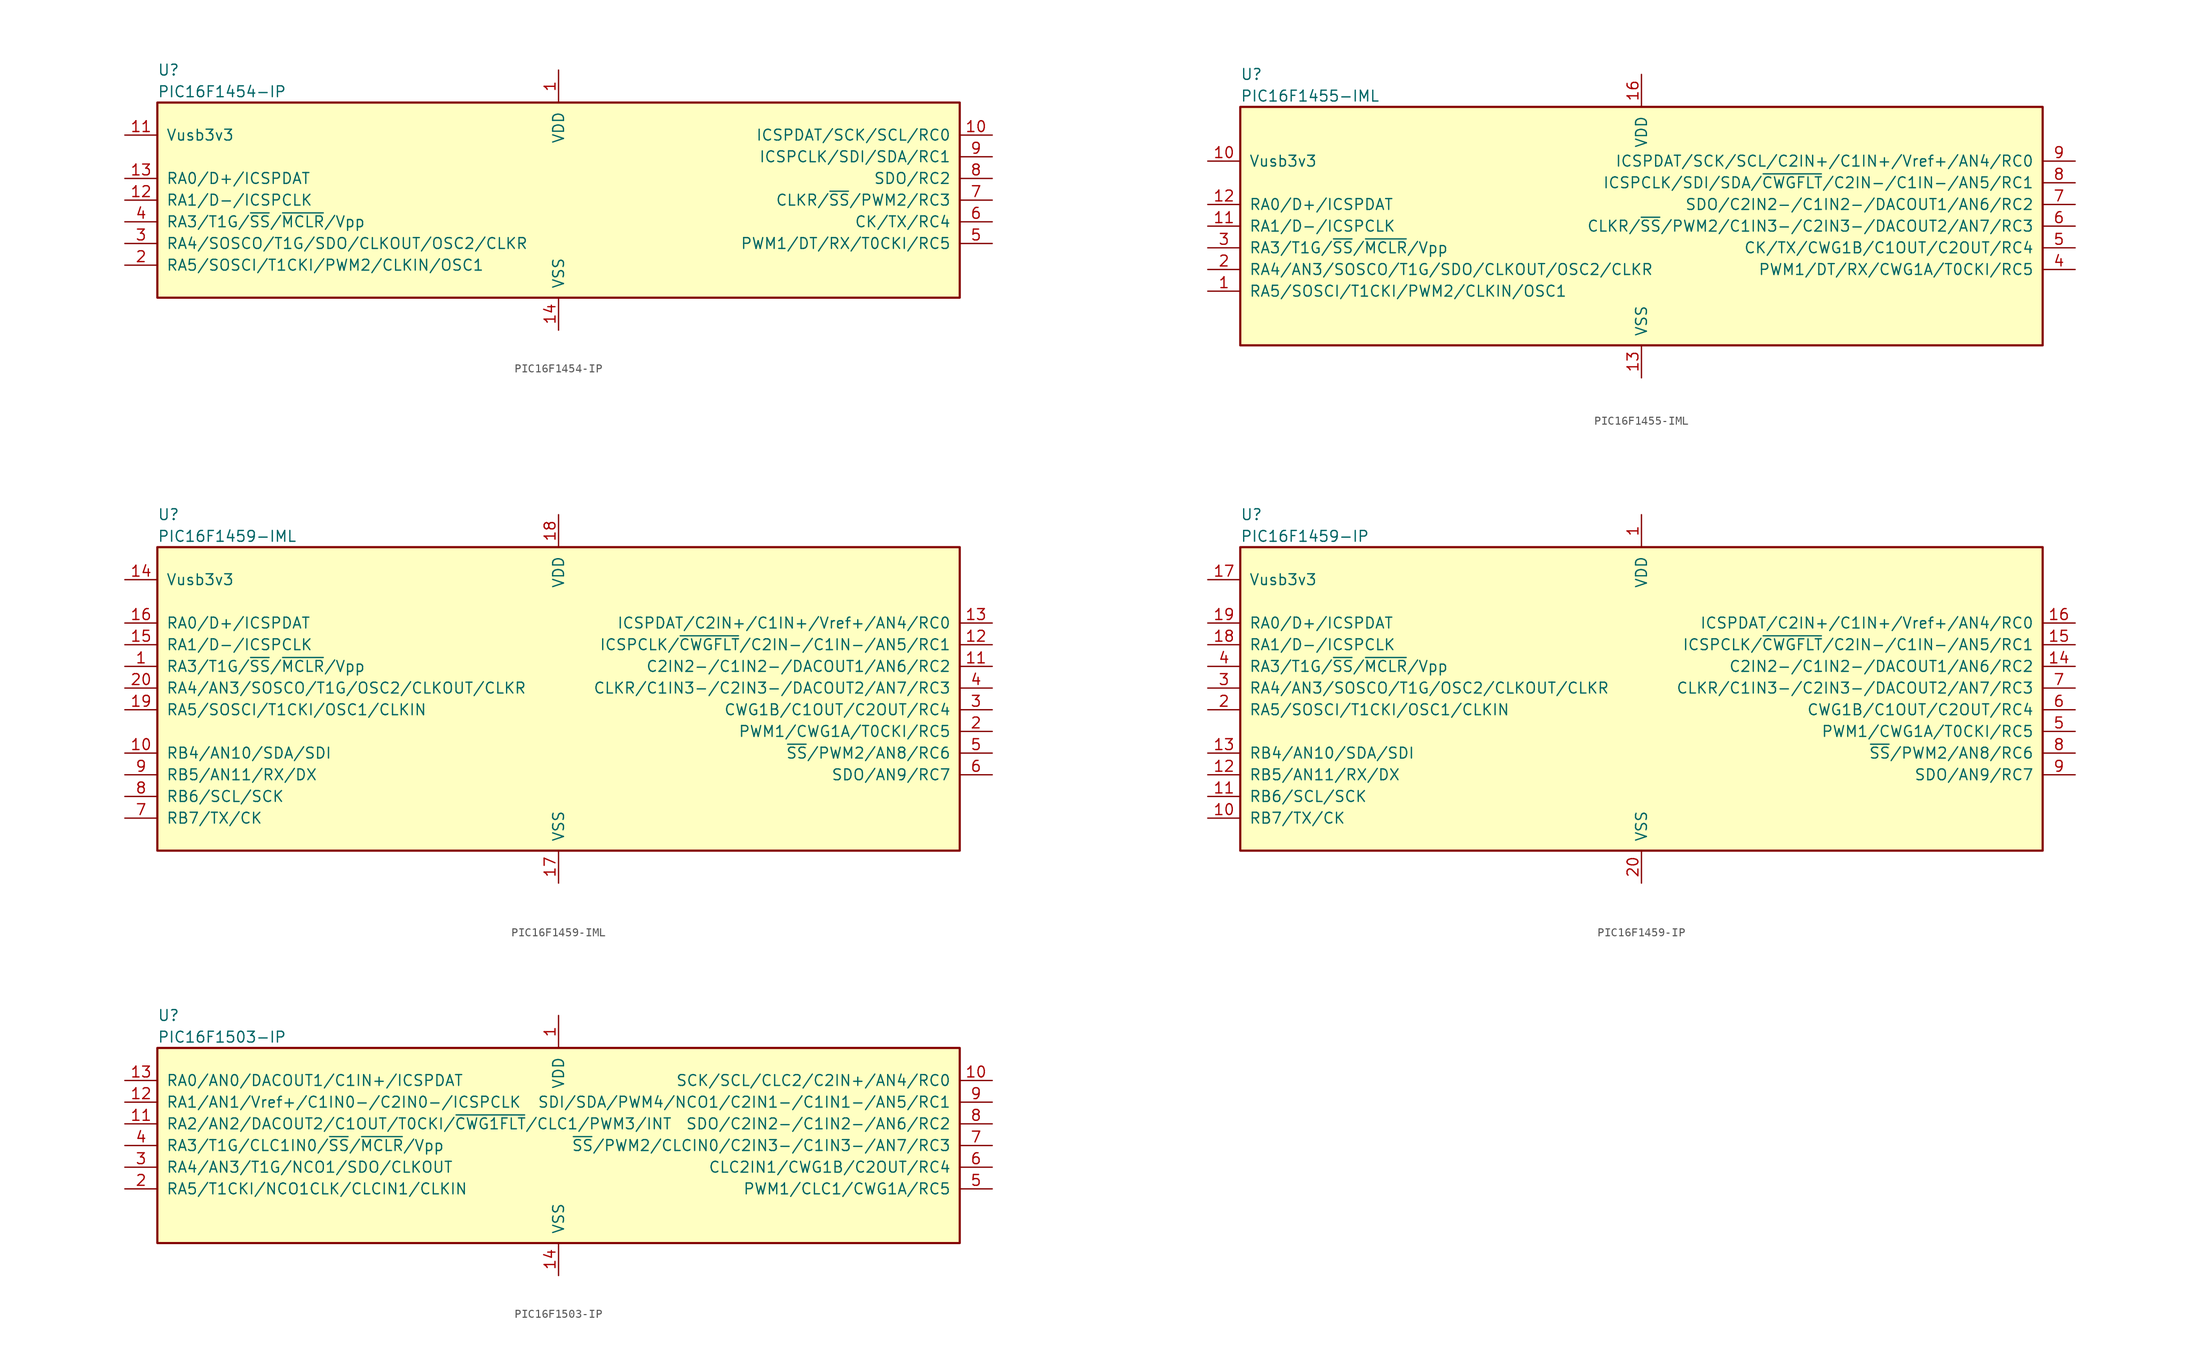
<source format=kicad_sym>
(kicad_symbol_lib
  (version 20220914)
  (generator kicad_symbol_editor)
  (symbol "PIC16F1454-IP"
    (pin_names
      (offset 1.016))
    (property "Reference" "U"
      (at -46.99 15.24 0)
      (effects (font (size 1.27 1.27)) (justify left)))
    (property "Value" "PIC16F1454-IP"
      (at -46.99 12.7 0)
      (effects (font (size 1.27 1.27)) (justify left)))
    (symbol "PIC16F1454-IP_0_1"
      (rectangle (start -46.99 11.43) (end 46.99 -11.43) (stroke (width 0.254) (type default)) (fill (type background))))
    (symbol "PIC16F1454-IP_1_1"
      (pin power_in line (at 0 15.24 270) (length 3.81) (name "VDD" (effects (font (size 1.27 1.27)))) (number "1" (effects (font (size 1.27 1.27)))))
      (pin bidirectional line (at 50.8 7.62 180) (length 3.81) (name "ICSPDAT/SCK/SCL/RC0" (effects (font (size 1.27 1.27)))) (number "10" (effects (font (size 1.27 1.27)))))
      (pin bidirectional line (at -50.8 7.62 0) (length 3.81) (name "Vusb3v3" (effects (font (size 1.27 1.27)))) (number "11" (effects (font (size 1.27 1.27)))))
      (pin bidirectional line (at -50.8 0 0) (length 3.81) (name "RA1/D-/ICSPCLK" (effects (font (size 1.27 1.27)))) (number "12" (effects (font (size 1.27 1.27)))))
      (pin bidirectional line (at -50.8 2.54 0) (length 3.81) (name "RA0/D+/ICSPDAT" (effects (font (size 1.27 1.27)))) (number "13" (effects (font (size 1.27 1.27)))))
      (pin power_in line (at 0 -15.24 90) (length 3.81) (name "VSS" (effects (font (size 1.27 1.27)))) (number "14" (effects (font (size 1.27 1.27)))))
      (pin bidirectional line (at -50.8 -7.62 0) (length 3.81) (name "RA5/SOSCI/T1CKI/PWM2/CLKIN/OSC1" (effects (font (size 1.27 1.27)))) (number "2" (effects (font (size 1.27 1.27)))))
      (pin bidirectional line (at -50.8 -5.08 0) (length 3.81) (name "RA4/SOSCO/T1G/SDO/CLKOUT/OSC2/CLKR" (effects (font (size 1.27 1.27)))) (number "3" (effects (font (size 1.27 1.27)))))
      (pin input line (at -50.8 -2.54 0) (length 3.81) (name "RA3/T1G/~{SS}/~{MCLR}/Vpp" (effects (font (size 1.27 1.27)))) (number "4" (effects (font (size 1.27 1.27)))))
      (pin bidirectional line (at 50.8 -5.08 180) (length 3.81) (name "PWM1/DT/RX/T0CKI/RC5" (effects (font (size 1.27 1.27)))) (number "5" (effects (font (size 1.27 1.27)))))
      (pin bidirectional line (at 50.8 -2.54 180) (length 3.81) (name "CK/TX/RC4" (effects (font (size 1.27 1.27)))) (number "6" (effects (font (size 1.27 1.27)))))
      (pin bidirectional line (at 50.8 0 180) (length 3.81) (name "CLKR/~{SS}/PWM2/RC3" (effects (font (size 1.27 1.27)))) (number "7" (effects (font (size 1.27 1.27)))))
      (pin bidirectional line (at 50.8 2.54 180) (length 3.81) (name "SDO/RC2" (effects (font (size 1.27 1.27)))) (number "8" (effects (font (size 1.27 1.27)))))
      (pin bidirectional line (at 50.8 5.08 180) (length 3.81) (name "ICSPCLK/SDI/SDA/RC1" (effects (font (size 1.27 1.27)))) (number "9" (effects (font (size 1.27 1.27)))))))
  (symbol "PIC16F1455-IML"
    (pin_names
      (offset 1.016))
    (property "Reference" "U"
      (at -46.99 17.78 0)
      (effects (font (size 1.27 1.27)) (justify left)))
    (property "Value" "PIC16F1455-IML"
      (at -46.99 15.24 0)
      (effects (font (size 1.27 1.27)) (justify left)))
    (symbol "PIC16F1455-IML_0_1"
      (rectangle (start -46.99 13.97) (end 46.99 -13.97) (stroke (width 0.254) (type default)) (fill (type background))))
    (symbol "PIC16F1455-IML_1_1"
      (pin bidirectional line (at -50.8 -7.62 0) (length 3.81) (name "RA5/SOSCI/T1CKI/PWM2/CLKIN/OSC1" (effects (font (size 1.27 1.27)))) (number "1" (effects (font (size 1.27 1.27)))))
      (pin bidirectional line (at -50.8 7.62 0) (length 3.81) (name "Vusb3v3" (effects (font (size 1.27 1.27)))) (number "10" (effects (font (size 1.27 1.27)))))
      (pin bidirectional line (at -50.8 0 0) (length 3.81) (name "RA1/D-/ICSPCLK" (effects (font (size 1.27 1.27)))) (number "11" (effects (font (size 1.27 1.27)))))
      (pin bidirectional line (at -50.8 2.54 0) (length 3.81) (name "RA0/D+/ICSPDAT" (effects (font (size 1.27 1.27)))) (number "12" (effects (font (size 1.27 1.27)))))
      (pin power_in line (at 0 -17.78 90) (length 3.81) (name "VSS" (effects (font (size 1.27 1.27)))) (number "13" (effects (font (size 1.27 1.27)))))
      (pin power_in line (at 0 17.78 270) (length 3.81) (name "VDD" (effects (font (size 1.27 1.27)))) (number "16" (effects (font (size 1.27 1.27)))))
      (pin bidirectional line (at -50.8 -5.08 0) (length 3.81) (name "RA4/AN3/SOSCO/T1G/SDO/CLKOUT/OSC2/CLKR" (effects (font (size 1.27 1.27)))) (number "2" (effects (font (size 1.27 1.27)))))
      (pin input line (at -50.8 -2.54 0) (length 3.81) (name "RA3/T1G/~{SS}/~{MCLR}/Vpp" (effects (font (size 1.27 1.27)))) (number "3" (effects (font (size 1.27 1.27)))))
      (pin bidirectional line (at 50.8 -5.08 180) (length 3.81) (name "PWM1/DT/RX/CWG1A/T0CKI/RC5" (effects (font (size 1.27 1.27)))) (number "4" (effects (font (size 1.27 1.27)))))
      (pin bidirectional line (at 50.8 -2.54 180) (length 3.81) (name "CK/TX/CWG1B/C1OUT/C2OUT/RC4" (effects (font (size 1.27 1.27)))) (number "5" (effects (font (size 1.27 1.27)))))
      (pin bidirectional line (at 50.8 0 180) (length 3.81) (name "CLKR/~{SS}/PWM2/C1IN3-/C2IN3-/DACOUT2/AN7/RC3" (effects (font (size 1.27 1.27)))) (number "6" (effects (font (size 1.27 1.27)))))
      (pin bidirectional line (at 50.8 2.54 180) (length 3.81) (name "SDO/C2IN2-/C1IN2-/DACOUT1/AN6/RC2" (effects (font (size 1.27 1.27)))) (number "7" (effects (font (size 1.27 1.27)))))
      (pin bidirectional line (at 50.8 5.08 180) (length 3.81) (name "ICSPCLK/SDI/SDA/~{CWGFLT}/C2IN-/C1IN-/AN5/RC1" (effects (font (size 1.27 1.27)))) (number "8" (effects (font (size 1.27 1.27)))))
      (pin bidirectional line (at 50.8 7.62 180) (length 3.81) (name "ICSPDAT/SCK/SCL/C2IN+/C1IN+/Vref+/AN4/RC0" (effects (font (size 1.27 1.27)))) (number "9" (effects (font (size 1.27 1.27)))))))
  (symbol "PIC16F1459-IML"
    (pin_names
      (offset 1.016))
    (property "Reference" "U"
      (at -46.99 17.78 0)
      (effects (font (size 1.27 1.27)) (justify left)))
    (property "Value" "PIC16F1459-IML"
      (at -46.99 15.24 0)
      (effects (font (size 1.27 1.27)) (justify left)))
    (symbol "PIC16F1459-IML_0_1"
      (rectangle (start -46.99 13.97) (end 46.99 -21.59) (stroke (width 0.254) (type default)) (fill (type background))))
    (symbol "PIC16F1459-IML_1_1"
      (pin input line (at -50.8 0 0) (length 3.81) (name "RA3/T1G/~{SS}/~{MCLR}/Vpp" (effects (font (size 1.27 1.27)))) (number "1" (effects (font (size 1.27 1.27)))))
      (pin bidirectional line (at -50.8 -10.16 0) (length 3.81) (name "RB4/AN10/SDA/SDI" (effects (font (size 1.27 1.27)))) (number "10" (effects (font (size 1.27 1.27)))))
      (pin bidirectional line (at 50.8 0 180) (length 3.81) (name "C2IN2-/C1IN2-/DACOUT1/AN6/RC2" (effects (font (size 1.27 1.27)))) (number "11" (effects (font (size 1.27 1.27)))))
      (pin bidirectional line (at 50.8 2.54 180) (length 3.81) (name "ICSPCLK/~{CWGFLT}/C2IN-/C1IN-/AN5/RC1" (effects (font (size 1.27 1.27)))) (number "12" (effects (font (size 1.27 1.27)))))
      (pin bidirectional line (at 50.8 5.08 180) (length 3.81) (name "ICSPDAT/C2IN+/C1IN+/Vref+/AN4/RC0" (effects (font (size 1.27 1.27)))) (number "13" (effects (font (size 1.27 1.27)))))
      (pin bidirectional line (at -50.8 10.16 0) (length 3.81) (name "Vusb3v3" (effects (font (size 1.27 1.27)))) (number "14" (effects (font (size 1.27 1.27)))))
      (pin bidirectional line (at -50.8 2.54 0) (length 3.81) (name "RA1/D-/ICSPCLK" (effects (font (size 1.27 1.27)))) (number "15" (effects (font (size 1.27 1.27)))))
      (pin bidirectional line (at -50.8 5.08 0) (length 3.81) (name "RA0/D+/ICSPDAT" (effects (font (size 1.27 1.27)))) (number "16" (effects (font (size 1.27 1.27)))))
      (pin power_in line (at 0 -25.4 90) (length 3.81) (name "VSS" (effects (font (size 1.27 1.27)))) (number "17" (effects (font (size 1.27 1.27)))))
      (pin power_in line (at 0 17.78 270) (length 3.81) (name "VDD" (effects (font (size 1.27 1.27)))) (number "18" (effects (font (size 1.27 1.27)))))
      (pin bidirectional line (at -50.8 -5.08 0) (length 3.81) (name "RA5/SOSCI/T1CKI/OSC1/CLKIN" (effects (font (size 1.27 1.27)))) (number "19" (effects (font (size 1.27 1.27)))))
      (pin bidirectional line (at 50.8 -7.62 180) (length 3.81) (name "PWM1/CWG1A/T0CKI/RC5" (effects (font (size 1.27 1.27)))) (number "2" (effects (font (size 1.27 1.27)))))
      (pin bidirectional line (at -50.8 -2.54 0) (length 3.81) (name "RA4/AN3/SOSCO/T1G/OSC2/CLKOUT/CLKR" (effects (font (size 1.27 1.27)))) (number "20" (effects (font (size 1.27 1.27)))))
      (pin bidirectional line (at 50.8 -5.08 180) (length 3.81) (name "CWG1B/C1OUT/C2OUT/RC4" (effects (font (size 1.27 1.27)))) (number "3" (effects (font (size 1.27 1.27)))))
      (pin bidirectional line (at 50.8 -2.54 180) (length 3.81) (name "CLKR/C1IN3-/C2IN3-/DACOUT2/AN7/RC3" (effects (font (size 1.27 1.27)))) (number "4" (effects (font (size 1.27 1.27)))))
      (pin bidirectional line (at 50.8 -10.16 180) (length 3.81) (name "~{SS}/PWM2/AN8/RC6" (effects (font (size 1.27 1.27)))) (number "5" (effects (font (size 1.27 1.27)))))
      (pin bidirectional line (at 50.8 -12.7 180) (length 3.81) (name "SDO/AN9/RC7" (effects (font (size 1.27 1.27)))) (number "6" (effects (font (size 1.27 1.27)))))
      (pin bidirectional line (at -50.8 -17.78 0) (length 3.81) (name "RB7/TX/CK" (effects (font (size 1.27 1.27)))) (number "7" (effects (font (size 1.27 1.27)))))
      (pin bidirectional line (at -50.8 -15.24 0) (length 3.81) (name "RB6/SCL/SCK" (effects (font (size 1.27 1.27)))) (number "8" (effects (font (size 1.27 1.27)))))
      (pin bidirectional line (at -50.8 -12.7 0) (length 3.81) (name "RB5/AN11/RX/DX" (effects (font (size 1.27 1.27)))) (number "9" (effects (font (size 1.27 1.27)))))))
  (symbol "PIC16F1459-IP"
    (pin_names
      (offset 1.016))
    (property "Reference" "U"
      (at -46.99 17.78 0)
      (effects (font (size 1.27 1.27)) (justify left)))
    (property "Value" "PIC16F1459-IP"
      (at -46.99 15.24 0)
      (effects (font (size 1.27 1.27)) (justify left)))
    (symbol "PIC16F1459-IP_0_1"
      (rectangle (start -46.99 13.97) (end 46.99 -21.59) (stroke (width 0.254) (type default)) (fill (type background))))
    (symbol "PIC16F1459-IP_1_1"
      (pin power_in line (at 0 17.78 270) (length 3.81) (name "VDD" (effects (font (size 1.27 1.27)))) (number "1" (effects (font (size 1.27 1.27)))))
      (pin bidirectional line (at -50.8 -17.78 0) (length 3.81) (name "RB7/TX/CK" (effects (font (size 1.27 1.27)))) (number "10" (effects (font (size 1.27 1.27)))))
      (pin bidirectional line (at -50.8 -15.24 0) (length 3.81) (name "RB6/SCL/SCK" (effects (font (size 1.27 1.27)))) (number "11" (effects (font (size 1.27 1.27)))))
      (pin bidirectional line (at -50.8 -12.7 0) (length 3.81) (name "RB5/AN11/RX/DX" (effects (font (size 1.27 1.27)))) (number "12" (effects (font (size 1.27 1.27)))))
      (pin bidirectional line (at -50.8 -10.16 0) (length 3.81) (name "RB4/AN10/SDA/SDI" (effects (font (size 1.27 1.27)))) (number "13" (effects (font (size 1.27 1.27)))))
      (pin bidirectional line (at 50.8 0 180) (length 3.81) (name "C2IN2-/C1IN2-/DACOUT1/AN6/RC2" (effects (font (size 1.27 1.27)))) (number "14" (effects (font (size 1.27 1.27)))))
      (pin bidirectional line (at 50.8 2.54 180) (length 3.81) (name "ICSPCLK/~{CWGFLT}/C2IN-/C1IN-/AN5/RC1" (effects (font (size 1.27 1.27)))) (number "15" (effects (font (size 1.27 1.27)))))
      (pin bidirectional line (at 50.8 5.08 180) (length 3.81) (name "ICSPDAT/C2IN+/C1IN+/Vref+/AN4/RC0" (effects (font (size 1.27 1.27)))) (number "16" (effects (font (size 1.27 1.27)))))
      (pin bidirectional line (at -50.8 10.16 0) (length 3.81) (name "Vusb3v3" (effects (font (size 1.27 1.27)))) (number "17" (effects (font (size 1.27 1.27)))))
      (pin bidirectional line (at -50.8 2.54 0) (length 3.81) (name "RA1/D-/ICSPCLK" (effects (font (size 1.27 1.27)))) (number "18" (effects (font (size 1.27 1.27)))))
      (pin bidirectional line (at -50.8 5.08 0) (length 3.81) (name "RA0/D+/ICSPDAT" (effects (font (size 1.27 1.27)))) (number "19" (effects (font (size 1.27 1.27)))))
      (pin bidirectional line (at -50.8 -5.08 0) (length 3.81) (name "RA5/SOSCI/T1CKI/OSC1/CLKIN" (effects (font (size 1.27 1.27)))) (number "2" (effects (font (size 1.27 1.27)))))
      (pin power_in line (at 0 -25.4 90) (length 3.81) (name "VSS" (effects (font (size 1.27 1.27)))) (number "20" (effects (font (size 1.27 1.27)))))
      (pin bidirectional line (at -50.8 -2.54 0) (length 3.81) (name "RA4/AN3/SOSCO/T1G/OSC2/CLKOUT/CLKR" (effects (font (size 1.27 1.27)))) (number "3" (effects (font (size 1.27 1.27)))))
      (pin input line (at -50.8 0 0) (length 3.81) (name "RA3/T1G/~{SS}/~{MCLR}/Vpp" (effects (font (size 1.27 1.27)))) (number "4" (effects (font (size 1.27 1.27)))))
      (pin bidirectional line (at 50.8 -7.62 180) (length 3.81) (name "PWM1/CWG1A/T0CKI/RC5" (effects (font (size 1.27 1.27)))) (number "5" (effects (font (size 1.27 1.27)))))
      (pin bidirectional line (at 50.8 -5.08 180) (length 3.81) (name "CWG1B/C1OUT/C2OUT/RC4" (effects (font (size 1.27 1.27)))) (number "6" (effects (font (size 1.27 1.27)))))
      (pin bidirectional line (at 50.8 -2.54 180) (length 3.81) (name "CLKR/C1IN3-/C2IN3-/DACOUT2/AN7/RC3" (effects (font (size 1.27 1.27)))) (number "7" (effects (font (size 1.27 1.27)))))
      (pin bidirectional line (at 50.8 -10.16 180) (length 3.81) (name "~{SS}/PWM2/AN8/RC6" (effects (font (size 1.27 1.27)))) (number "8" (effects (font (size 1.27 1.27)))))
      (pin bidirectional line (at 50.8 -12.7 180) (length 3.81) (name "SDO/AN9/RC7" (effects (font (size 1.27 1.27)))) (number "9" (effects (font (size 1.27 1.27)))))))
  (symbol "PIC16F1503-IP"
    (pin_names
      (offset 1.016))
    (property "Reference" "U"
      (at -46.99 15.24 0)
      (effects (font (size 1.27 1.27)) (justify left)))
    (property "Value" "PIC16F1503-IP"
      (at -46.99 12.7 0)
      (effects (font (size 1.27 1.27)) (justify left)))
    (symbol "PIC16F1503-IP_0_1"
      (rectangle (start -46.99 11.43) (end 46.99 -11.43) (stroke (width 0.254) (type default)) (fill (type background))))
    (symbol "PIC16F1503-IP_1_1"
      (pin power_in line (at 0 15.24 270) (length 3.81) (name "VDD" (effects (font (size 1.27 1.27)))) (number "1" (effects (font (size 1.27 1.27)))))
      (pin bidirectional line (at 50.8 7.62 180) (length 3.81) (name "SCK/SCL/CLC2/C2IN+/AN4/RC0" (effects (font (size 1.27 1.27)))) (number "10" (effects (font (size 1.27 1.27)))))
      (pin bidirectional line (at -50.8 2.54 0) (length 3.81) (name "RA2/AN2/DACOUT2/C1OUT/T0CKI/~{CWG1FLT}/CLC1/PWM3/INT" (effects (font (size 1.27 1.27)))) (number "11" (effects (font (size 1.27 1.27)))))
      (pin bidirectional line (at -50.8 5.08 0) (length 3.81) (name "RA1/AN1/Vref+/C1IN0-/C2IN0-/ICSPCLK" (effects (font (size 1.27 1.27)))) (number "12" (effects (font (size 1.27 1.27)))))
      (pin bidirectional line (at -50.8 7.62 0) (length 3.81) (name "RA0/AN0/DACOUT1/C1IN+/ICSPDAT" (effects (font (size 1.27 1.27)))) (number "13" (effects (font (size 1.27 1.27)))))
      (pin power_in line (at 0 -15.24 90) (length 3.81) (name "VSS" (effects (font (size 1.27 1.27)))) (number "14" (effects (font (size 1.27 1.27)))))
      (pin bidirectional line (at -50.8 -5.08 0) (length 3.81) (name "RA5/T1CKI/NCO1CLK/CLCIN1/CLKIN" (effects (font (size 1.27 1.27)))) (number "2" (effects (font (size 1.27 1.27)))))
      (pin bidirectional line (at -50.8 -2.54 0) (length 3.81) (name "RA4/AN3/T1G/NCO1/SDO/CLKOUT" (effects (font (size 1.27 1.27)))) (number "3" (effects (font (size 1.27 1.27)))))
      (pin input line (at -50.8 0 0) (length 3.81) (name "RA3/T1G/CLC1IN0/~{SS}/~{MCLR}/Vpp" (effects (font (size 1.27 1.27)))) (number "4" (effects (font (size 1.27 1.27)))))
      (pin bidirectional line (at 50.8 -5.08 180) (length 3.81) (name "PWM1/CLC1/CWG1A/RC5" (effects (font (size 1.27 1.27)))) (number "5" (effects (font (size 1.27 1.27)))))
      (pin bidirectional line (at 50.8 -2.54 180) (length 3.81) (name "CLC2IN1/CWG1B/C2OUT/RC4" (effects (font (size 1.27 1.27)))) (number "6" (effects (font (size 1.27 1.27)))))
      (pin bidirectional line (at 50.8 0 180) (length 3.81) (name "~{SS}/PWM2/CLCIN0/C2IN3-/C1IN3-/AN7/RC3" (effects (font (size 1.27 1.27)))) (number "7" (effects (font (size 1.27 1.27)))))
      (pin bidirectional line (at 50.8 2.54 180) (length 3.81) (name "SDO/C2IN2-/C1IN2-/AN6/RC2" (effects (font (size 1.27 1.27)))) (number "8" (effects (font (size 1.27 1.27)))))
      (pin bidirectional line (at 50.8 5.08 180) (length 3.81) (name "SDI/SDA/PWM4/NCO1/C2IN1-/C1IN1-/AN5/RC1" (effects (font (size 1.27 1.27)))) (number "9" (effects (font (size 1.27 1.27))))))))
</source>
